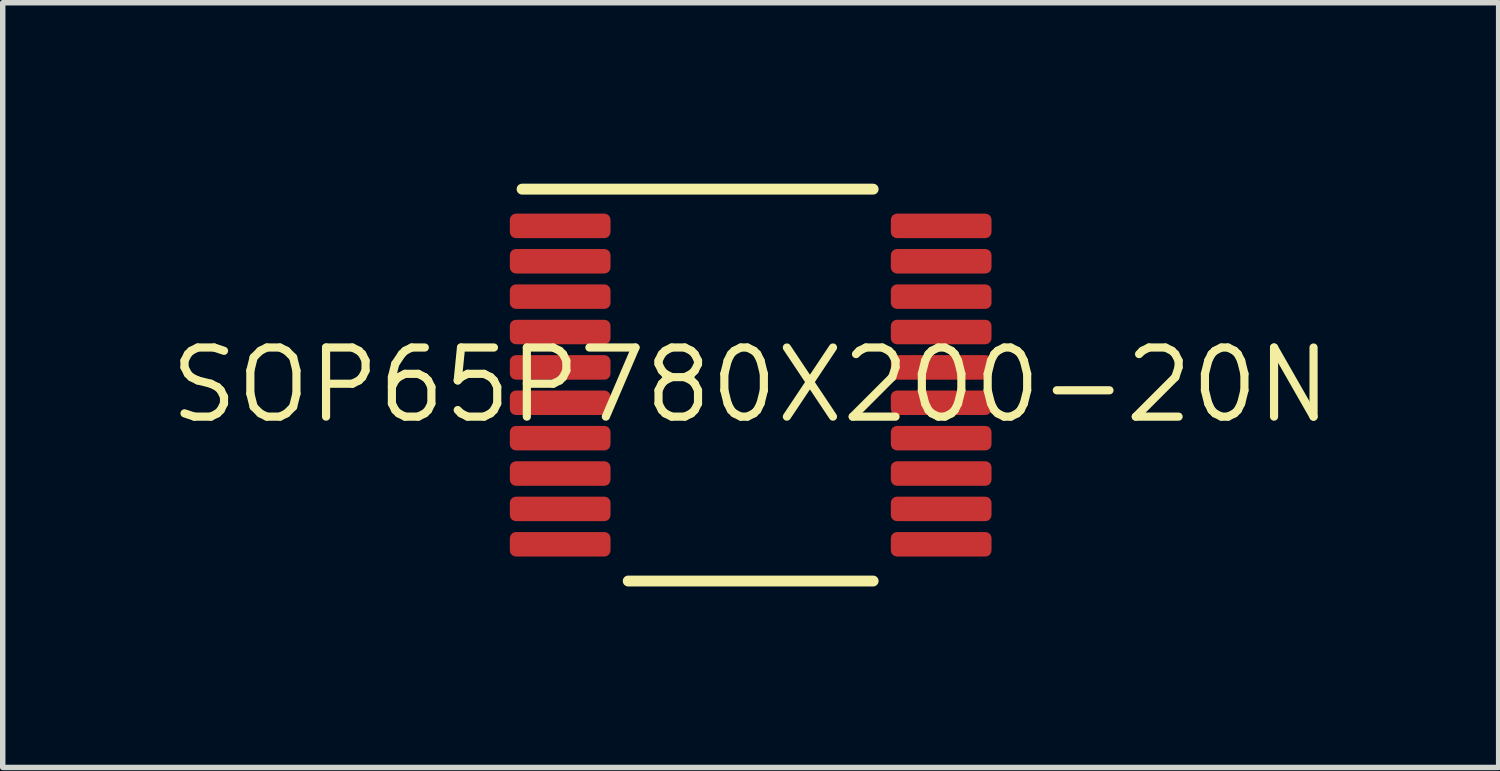
<source format=kicad_pcb>
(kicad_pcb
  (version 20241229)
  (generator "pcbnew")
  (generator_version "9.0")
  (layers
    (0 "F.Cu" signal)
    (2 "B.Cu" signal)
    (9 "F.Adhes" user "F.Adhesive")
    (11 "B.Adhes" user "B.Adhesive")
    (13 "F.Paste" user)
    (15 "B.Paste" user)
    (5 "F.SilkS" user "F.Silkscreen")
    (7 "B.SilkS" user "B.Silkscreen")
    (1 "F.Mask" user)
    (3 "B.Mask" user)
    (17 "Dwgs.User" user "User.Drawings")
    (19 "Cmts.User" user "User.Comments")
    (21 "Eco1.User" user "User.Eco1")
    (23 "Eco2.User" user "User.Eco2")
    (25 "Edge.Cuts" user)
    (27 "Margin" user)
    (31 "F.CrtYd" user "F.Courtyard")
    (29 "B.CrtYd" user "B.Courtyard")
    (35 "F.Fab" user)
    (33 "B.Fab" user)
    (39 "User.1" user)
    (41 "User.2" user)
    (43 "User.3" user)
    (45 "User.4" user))
  (footprint "SOP65P780X200-20N"
    (layer "F.Cu")
    (at 10.742 4.025)
    (property "Reference" "SOP65P780X200-20N" (at 0 0 0) (layer "F.SilkS") (effects (font (size 1.27 1.27) (thickness 0.15))))
    (fp_line (start 2.25 -3.6) (end -4.2 -3.6) (stroke (width 0.2) (type solid)) (layer "F.SilkS"))
    (fp_line (start 2.25 3.6) (end -2.25 3.6) (stroke (width 0.2) (type solid)) (layer "F.SilkS"))
    (fp_line (start -2.65 -3.6) (end -2.65 3.6) (stroke (width 0.1) (type solid)) (layer "User.5"))
    (fp_line (start 2.65 -3.6) (end -2.65 -3.6) (stroke (width 0.1) (type solid)) (layer "User.5"))
    (fp_line (start 2.65 -3.6) (end 2.65 3.6) (stroke (width 0.1) (type solid)) (layer "User.5"))
    (fp_line (start 2.65 3.6) (end -2.65 3.6) (stroke (width 0.1) (type solid)) (layer "User.5"))
    (fp_circle (center -2 -3) (end -2 -2.75) (stroke (width 0.1) (type solid)) (fill no) (layer "User.5"))
    (fp_line (start -2.65 -3.6) (end -2.65 3.6) (stroke (width 0.1) (type solid)) (layer "User.12"))
    (fp_line (start 2.65 -3.6) (end -2.65 -3.6) (stroke (width 0.1) (type solid)) (layer "User.12"))
    (fp_line (start 2.65 -3.6) (end 2.65 3.6) (stroke (width 0.1) (type solid)) (layer "User.12"))
    (fp_line (start 2.65 3.6) (end -2.65 3.6) (stroke (width 0.1) (type solid)) (layer "User.12"))
    (fp_circle (center -1.65 -2.6) (end -1.65 -2.1) (stroke (width 0.1) (type solid)) (fill no) (layer "User.12"))
    (fp_line (start -4.7 -4) (end -4.7 4) (stroke (width 0.05) (type solid)) (layer "User.13"))
    (fp_line (start 0 -0.5) (end 0 0.5) (stroke (width 0.05) (type solid)) (layer "User.13"))
    (fp_line (start 0.5 0) (end -0.5 0) (stroke (width 0.05) (type solid)) (layer "User.13"))
    (fp_line (start 4.7 -4) (end -4.7 -4) (stroke (width 0.05) (type solid)) (layer "User.13"))
    (fp_line (start 4.7 -4) (end 4.7 4) (stroke (width 0.05) (type solid)) (layer "User.13"))
    (fp_line (start 4.7 4) (end -4.7 4) (stroke (width 0.05) (type solid)) (layer "User.13"))
    (fp_circle (center 0 0) (end 0 0.35) (stroke (width 0.05) (type solid)) (fill no) (layer "User.13"))
    (fp_text_box "${REFERENCE}" (start 0.9 -3) (end -0.9 3) (margins 0 0 0 0) (angle 270) (layer "User.5") (effects (font (size 0.762 0.762) (thickness 0.152)) (justify left top)) (border no) (stroke (width 0.1) (type default)))
    (pad "1" smd roundrect (at -3.5 -2.925) (size 1.85 0.45) (layers "F.Cu" "F.Mask" "F.Paste") (roundrect_rratio 0.25))
    (pad "2" smd roundrect (at -3.5 -2.275) (size 1.85 0.45) (layers "F.Cu" "F.Mask" "F.Paste") (roundrect_rratio 0.25))
    (pad "3" smd roundrect (at -3.5 -1.625) (size 1.85 0.45) (layers "F.Cu" "F.Mask" "F.Paste") (roundrect_rratio 0.25))
    (pad "4" smd roundrect (at -3.5 -0.975) (size 1.85 0.45) (layers "F.Cu" "F.Mask" "F.Paste") (roundrect_rratio 0.25))
    (pad "5" smd roundrect (at -3.5 -0.325) (size 1.85 0.45) (layers "F.Cu" "F.Mask" "F.Paste") (roundrect_rratio 0.25))
    (pad "6" smd roundrect (at -3.5 0.325) (size 1.85 0.45) (layers "F.Cu" "F.Mask" "F.Paste") (roundrect_rratio 0.25))
    (pad "7" smd roundrect (at -3.5 0.975) (size 1.85 0.45) (layers "F.Cu" "F.Mask" "F.Paste") (roundrect_rratio 0.25))
    (pad "8" smd roundrect (at -3.5 1.625) (size 1.85 0.45) (layers "F.Cu" "F.Mask" "F.Paste") (roundrect_rratio 0.25))
    (pad "9" smd roundrect (at -3.5 2.275) (size 1.85 0.45) (layers "F.Cu" "F.Mask" "F.Paste") (roundrect_rratio 0.25))
    (pad "10" smd roundrect (at -3.5 2.925) (size 1.85 0.45) (layers "F.Cu" "F.Mask" "F.Paste") (roundrect_rratio 0.25))
    (pad "11" smd roundrect (at 3.5 2.925) (size 1.85 0.45) (layers "F.Cu" "F.Mask" "F.Paste") (roundrect_rratio 0.25))
    (pad "12" smd roundrect (at 3.5 2.275) (size 1.85 0.45) (layers "F.Cu" "F.Mask" "F.Paste") (roundrect_rratio 0.25))
    (pad "13" smd roundrect (at 3.5 1.625) (size 1.85 0.45) (layers "F.Cu" "F.Mask" "F.Paste") (roundrect_rratio 0.25))
    (pad "14" smd roundrect (at 3.5 0.975) (size 1.85 0.45) (layers "F.Cu" "F.Mask" "F.Paste") (roundrect_rratio 0.25))
    (pad "15" smd roundrect (at 3.5 0.325) (size 1.85 0.45) (layers "F.Cu" "F.Mask" "F.Paste") (roundrect_rratio 0.25))
    (pad "16" smd roundrect (at 3.5 -0.325) (size 1.85 0.45) (layers "F.Cu" "F.Mask" "F.Paste") (roundrect_rratio 0.25))
    (pad "17" smd roundrect (at 3.5 -0.975) (size 1.85 0.45) (layers "F.Cu" "F.Mask" "F.Paste") (roundrect_rratio 0.25))
    (pad "18" smd roundrect (at 3.5 -1.625) (size 1.85 0.45) (layers "F.Cu" "F.Mask" "F.Paste") (roundrect_rratio 0.25))
    (pad "19" smd roundrect (at 3.5 -2.275) (size 1.85 0.45) (layers "F.Cu" "F.Mask" "F.Paste") (roundrect_rratio 0.25))
    (pad "20" smd roundrect (at 3.5 -2.925) (size 1.85 0.45) (layers "F.Cu" "F.Mask" "F.Paste") (roundrect_rratio 0.25)))
  (gr_rect
    (start -3 -3)
    (end 24.484 11.05)
    (stroke (width 0.1) (type default))
    (fill no)
    (layer "Edge.Cuts")))
</source>
